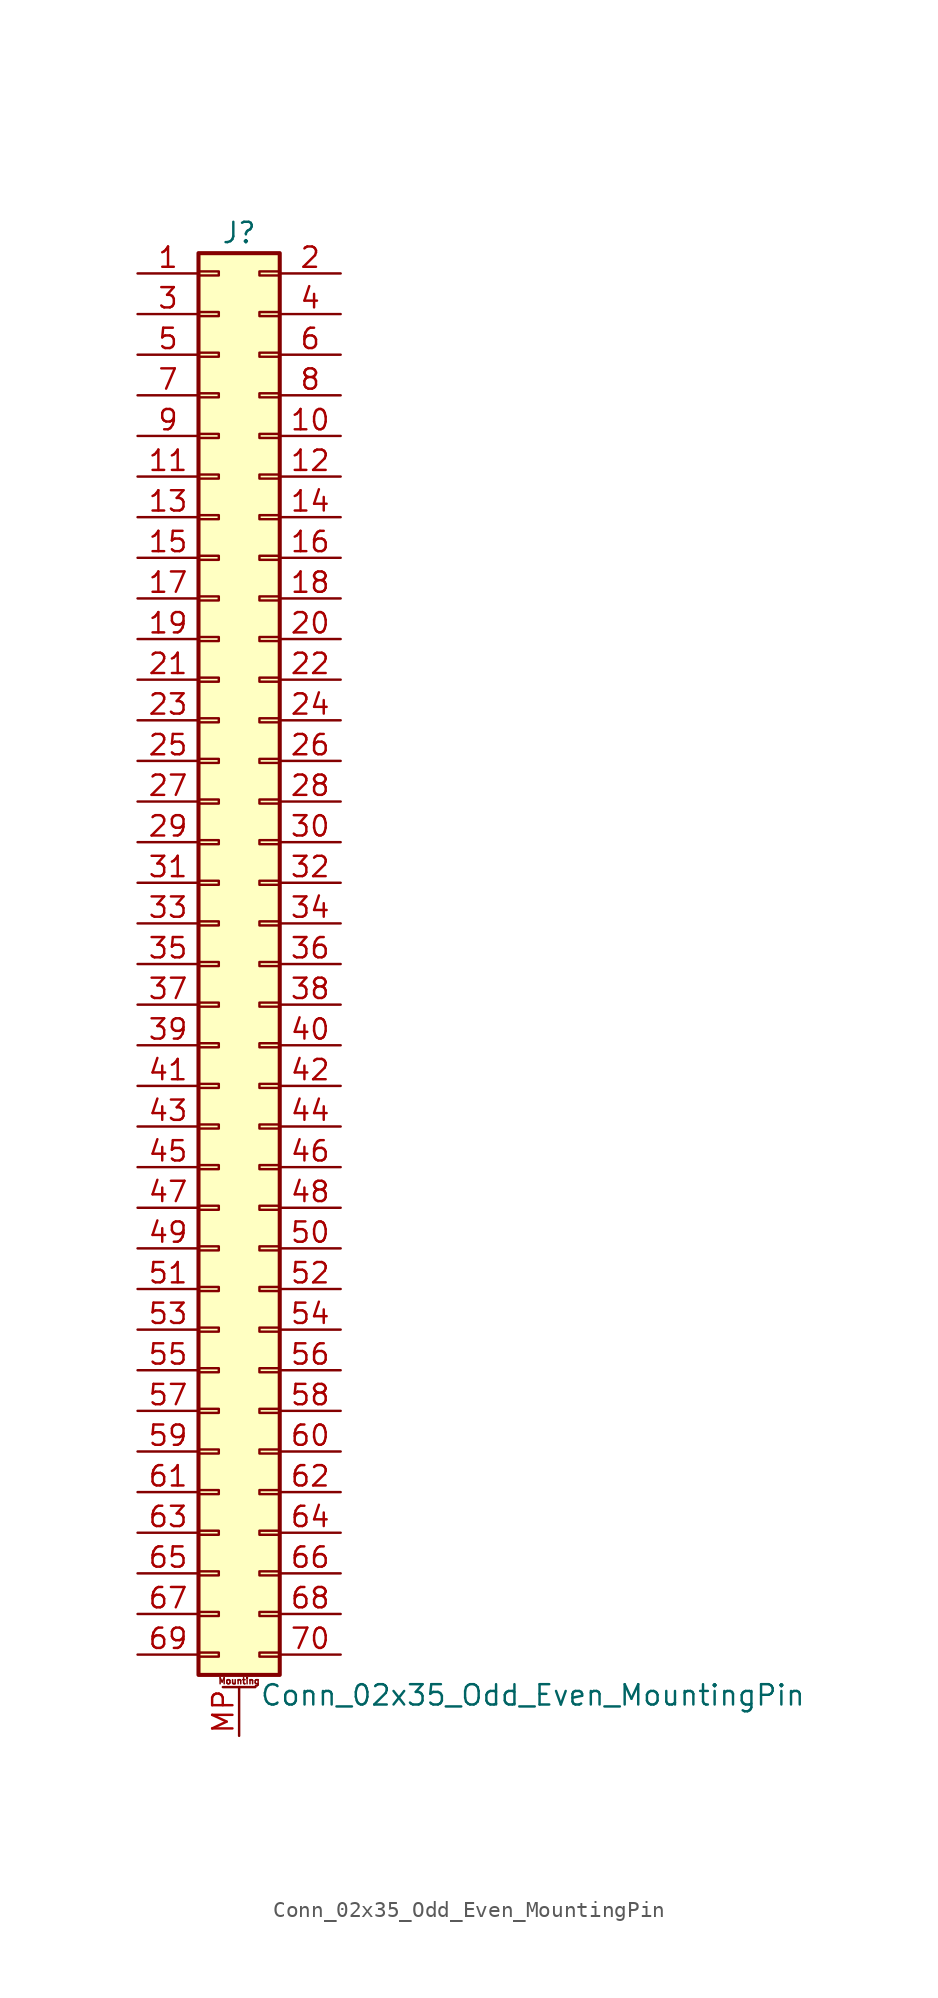
<source format=kicad_sym>
(kicad_symbol_lib
  (version 20220914)
  (generator kicad_symbol_editor)
  (symbol "Conn_02x35_Odd_Even_MountingPin"
    (pin_names
      (offset 1.016) hide)
    (property "Reference" "J"
      (at 1.27 45.72 0)
      (effects (font (size 1.27 1.27))))
    (property "Value" "Conn_02x35_Odd_Even_MountingPin"
      (at 2.54 -45.72 0)
      (effects (font (size 1.27 1.27)) (justify left)))
    (symbol "Conn_02x35_Odd_Even_MountingPin_1_1"
      (rectangle (start -1.27 -43.053) (end 0 -43.307) (stroke (width 0.152) (type default)) (fill (type none)))
      (rectangle (start -1.27 -40.513) (end 0 -40.767) (stroke (width 0.152) (type default)) (fill (type none)))
      (rectangle (start -1.27 -37.973) (end 0 -38.227) (stroke (width 0.152) (type default)) (fill (type none)))
      (rectangle (start -1.27 -35.433) (end 0 -35.687) (stroke (width 0.152) (type default)) (fill (type none)))
      (rectangle (start -1.27 -32.893) (end 0 -33.147) (stroke (width 0.152) (type default)) (fill (type none)))
      (rectangle (start -1.27 -30.353) (end 0 -30.607) (stroke (width 0.152) (type default)) (fill (type none)))
      (rectangle (start -1.27 -27.813) (end 0 -28.067) (stroke (width 0.152) (type default)) (fill (type none)))
      (rectangle (start -1.27 -25.273) (end 0 -25.527) (stroke (width 0.152) (type default)) (fill (type none)))
      (rectangle (start -1.27 -22.733) (end 0 -22.987) (stroke (width 0.152) (type default)) (fill (type none)))
      (rectangle (start -1.27 -20.193) (end 0 -20.447) (stroke (width 0.152) (type default)) (fill (type none)))
      (rectangle (start -1.27 -17.653) (end 0 -17.907) (stroke (width 0.152) (type default)) (fill (type none)))
      (rectangle (start -1.27 -15.113) (end 0 -15.367) (stroke (width 0.152) (type default)) (fill (type none)))
      (rectangle (start -1.27 -12.573) (end 0 -12.827) (stroke (width 0.152) (type default)) (fill (type none)))
      (rectangle (start -1.27 -10.033) (end 0 -10.287) (stroke (width 0.152) (type default)) (fill (type none)))
      (rectangle (start -1.27 -7.493) (end 0 -7.747) (stroke (width 0.152) (type default)) (fill (type none)))
      (rectangle (start -1.27 -4.953) (end 0 -5.207) (stroke (width 0.152) (type default)) (fill (type none)))
      (rectangle (start -1.27 -2.413) (end 0 -2.667) (stroke (width 0.152) (type default)) (fill (type none)))
      (rectangle (start -1.27 0.127) (end 0 -0.127) (stroke (width 0.152) (type default)) (fill (type none)))
      (rectangle (start -1.27 2.667) (end 0 2.413) (stroke (width 0.152) (type default)) (fill (type none)))
      (rectangle (start -1.27 5.207) (end 0 4.953) (stroke (width 0.152) (type default)) (fill (type none)))
      (rectangle (start -1.27 7.747) (end 0 7.493) (stroke (width 0.152) (type default)) (fill (type none)))
      (rectangle (start -1.27 10.287) (end 0 10.033) (stroke (width 0.152) (type default)) (fill (type none)))
      (rectangle (start -1.27 12.827) (end 0 12.573) (stroke (width 0.152) (type default)) (fill (type none)))
      (rectangle (start -1.27 15.367) (end 0 15.113) (stroke (width 0.152) (type default)) (fill (type none)))
      (rectangle (start -1.27 17.907) (end 0 17.653) (stroke (width 0.152) (type default)) (fill (type none)))
      (rectangle (start -1.27 20.447) (end 0 20.193) (stroke (width 0.152) (type default)) (fill (type none)))
      (rectangle (start -1.27 22.987) (end 0 22.733) (stroke (width 0.152) (type default)) (fill (type none)))
      (rectangle (start -1.27 25.527) (end 0 25.273) (stroke (width 0.152) (type default)) (fill (type none)))
      (rectangle (start -1.27 28.067) (end 0 27.813) (stroke (width 0.152) (type default)) (fill (type none)))
      (rectangle (start -1.27 30.607) (end 0 30.353) (stroke (width 0.152) (type default)) (fill (type none)))
      (rectangle (start -1.27 33.147) (end 0 32.893) (stroke (width 0.152) (type default)) (fill (type none)))
      (rectangle (start -1.27 35.687) (end 0 35.433) (stroke (width 0.152) (type default)) (fill (type none)))
      (rectangle (start -1.27 38.227) (end 0 37.973) (stroke (width 0.152) (type default)) (fill (type none)))
      (rectangle (start -1.27 40.767) (end 0 40.513) (stroke (width 0.152) (type default)) (fill (type none)))
      (rectangle (start -1.27 43.307) (end 0 43.053) (stroke (width 0.152) (type default)) (fill (type none)))
      (rectangle (start -1.27 44.45) (end 3.81 -44.45) (stroke (width 0.254) (type default)) (fill (type background)))
      (polyline (pts (xy 0.254 -45.212) (xy 2.286 -45.212)) (stroke (width 0.152) (type default)) (fill (type none)))
      (rectangle (start 3.81 -43.053) (end 2.54 -43.307) (stroke (width 0.152) (type default)) (fill (type none)))
      (rectangle (start 3.81 -40.513) (end 2.54 -40.767) (stroke (width 0.152) (type default)) (fill (type none)))
      (rectangle (start 3.81 -37.973) (end 2.54 -38.227) (stroke (width 0.152) (type default)) (fill (type none)))
      (rectangle (start 3.81 -35.433) (end 2.54 -35.687) (stroke (width 0.152) (type default)) (fill (type none)))
      (rectangle (start 3.81 -32.893) (end 2.54 -33.147) (stroke (width 0.152) (type default)) (fill (type none)))
      (rectangle (start 3.81 -30.353) (end 2.54 -30.607) (stroke (width 0.152) (type default)) (fill (type none)))
      (rectangle (start 3.81 -27.813) (end 2.54 -28.067) (stroke (width 0.152) (type default)) (fill (type none)))
      (rectangle (start 3.81 -25.273) (end 2.54 -25.527) (stroke (width 0.152) (type default)) (fill (type none)))
      (rectangle (start 3.81 -22.733) (end 2.54 -22.987) (stroke (width 0.152) (type default)) (fill (type none)))
      (rectangle (start 3.81 -20.193) (end 2.54 -20.447) (stroke (width 0.152) (type default)) (fill (type none)))
      (rectangle (start 3.81 -17.653) (end 2.54 -17.907) (stroke (width 0.152) (type default)) (fill (type none)))
      (rectangle (start 3.81 -15.113) (end 2.54 -15.367) (stroke (width 0.152) (type default)) (fill (type none)))
      (rectangle (start 3.81 -12.573) (end 2.54 -12.827) (stroke (width 0.152) (type default)) (fill (type none)))
      (rectangle (start 3.81 -10.033) (end 2.54 -10.287) (stroke (width 0.152) (type default)) (fill (type none)))
      (rectangle (start 3.81 -7.493) (end 2.54 -7.747) (stroke (width 0.152) (type default)) (fill (type none)))
      (rectangle (start 3.81 -4.953) (end 2.54 -5.207) (stroke (width 0.152) (type default)) (fill (type none)))
      (rectangle (start 3.81 -2.413) (end 2.54 -2.667) (stroke (width 0.152) (type default)) (fill (type none)))
      (rectangle (start 3.81 0.127) (end 2.54 -0.127) (stroke (width 0.152) (type default)) (fill (type none)))
      (rectangle (start 3.81 2.667) (end 2.54 2.413) (stroke (width 0.152) (type default)) (fill (type none)))
      (rectangle (start 3.81 5.207) (end 2.54 4.953) (stroke (width 0.152) (type default)) (fill (type none)))
      (rectangle (start 3.81 7.747) (end 2.54 7.493) (stroke (width 0.152) (type default)) (fill (type none)))
      (rectangle (start 3.81 10.287) (end 2.54 10.033) (stroke (width 0.152) (type default)) (fill (type none)))
      (rectangle (start 3.81 12.827) (end 2.54 12.573) (stroke (width 0.152) (type default)) (fill (type none)))
      (rectangle (start 3.81 15.367) (end 2.54 15.113) (stroke (width 0.152) (type default)) (fill (type none)))
      (rectangle (start 3.81 17.907) (end 2.54 17.653) (stroke (width 0.152) (type default)) (fill (type none)))
      (rectangle (start 3.81 20.447) (end 2.54 20.193) (stroke (width 0.152) (type default)) (fill (type none)))
      (rectangle (start 3.81 22.987) (end 2.54 22.733) (stroke (width 0.152) (type default)) (fill (type none)))
      (rectangle (start 3.81 25.527) (end 2.54 25.273) (stroke (width 0.152) (type default)) (fill (type none)))
      (rectangle (start 3.81 28.067) (end 2.54 27.813) (stroke (width 0.152) (type default)) (fill (type none)))
      (rectangle (start 3.81 30.607) (end 2.54 30.353) (stroke (width 0.152) (type default)) (fill (type none)))
      (rectangle (start 3.81 33.147) (end 2.54 32.893) (stroke (width 0.152) (type default)) (fill (type none)))
      (rectangle (start 3.81 35.687) (end 2.54 35.433) (stroke (width 0.152) (type default)) (fill (type none)))
      (rectangle (start 3.81 38.227) (end 2.54 37.973) (stroke (width 0.152) (type default)) (fill (type none)))
      (rectangle (start 3.81 40.767) (end 2.54 40.513) (stroke (width 0.152) (type default)) (fill (type none)))
      (rectangle (start 3.81 43.307) (end 2.54 43.053) (stroke (width 0.152) (type default)) (fill (type none)))
      (text "Mounting" (at 1.27 -44.831 0) (effects (font (size 0.381 0.381))))
      (pin passive line (at -5.08 43.18 0) (length 3.81) (name "Pin_1" (effects (font (size 1.27 1.27)))) (number "1" (effects (font (size 1.27 1.27)))))
      (pin passive line (at 7.62 33.02 180) (length 3.81) (name "Pin_10" (effects (font (size 1.27 1.27)))) (number "10" (effects (font (size 1.27 1.27)))))
      (pin passive line (at -5.08 30.48 0) (length 3.81) (name "Pin_11" (effects (font (size 1.27 1.27)))) (number "11" (effects (font (size 1.27 1.27)))))
      (pin passive line (at 7.62 30.48 180) (length 3.81) (name "Pin_12" (effects (font (size 1.27 1.27)))) (number "12" (effects (font (size 1.27 1.27)))))
      (pin passive line (at -5.08 27.94 0) (length 3.81) (name "Pin_13" (effects (font (size 1.27 1.27)))) (number "13" (effects (font (size 1.27 1.27)))))
      (pin passive line (at 7.62 27.94 180) (length 3.81) (name "Pin_14" (effects (font (size 1.27 1.27)))) (number "14" (effects (font (size 1.27 1.27)))))
      (pin passive line (at -5.08 25.4 0) (length 3.81) (name "Pin_15" (effects (font (size 1.27 1.27)))) (number "15" (effects (font (size 1.27 1.27)))))
      (pin passive line (at 7.62 25.4 180) (length 3.81) (name "Pin_16" (effects (font (size 1.27 1.27)))) (number "16" (effects (font (size 1.27 1.27)))))
      (pin passive line (at -5.08 22.86 0) (length 3.81) (name "Pin_17" (effects (font (size 1.27 1.27)))) (number "17" (effects (font (size 1.27 1.27)))))
      (pin passive line (at 7.62 22.86 180) (length 3.81) (name "Pin_18" (effects (font (size 1.27 1.27)))) (number "18" (effects (font (size 1.27 1.27)))))
      (pin passive line (at -5.08 20.32 0) (length 3.81) (name "Pin_19" (effects (font (size 1.27 1.27)))) (number "19" (effects (font (size 1.27 1.27)))))
      (pin passive line (at 7.62 43.18 180) (length 3.81) (name "Pin_2" (effects (font (size 1.27 1.27)))) (number "2" (effects (font (size 1.27 1.27)))))
      (pin passive line (at 7.62 20.32 180) (length 3.81) (name "Pin_20" (effects (font (size 1.27 1.27)))) (number "20" (effects (font (size 1.27 1.27)))))
      (pin passive line (at -5.08 17.78 0) (length 3.81) (name "Pin_21" (effects (font (size 1.27 1.27)))) (number "21" (effects (font (size 1.27 1.27)))))
      (pin passive line (at 7.62 17.78 180) (length 3.81) (name "Pin_22" (effects (font (size 1.27 1.27)))) (number "22" (effects (font (size 1.27 1.27)))))
      (pin passive line (at -5.08 15.24 0) (length 3.81) (name "Pin_23" (effects (font (size 1.27 1.27)))) (number "23" (effects (font (size 1.27 1.27)))))
      (pin passive line (at 7.62 15.24 180) (length 3.81) (name "Pin_24" (effects (font (size 1.27 1.27)))) (number "24" (effects (font (size 1.27 1.27)))))
      (pin passive line (at -5.08 12.7 0) (length 3.81) (name "Pin_25" (effects (font (size 1.27 1.27)))) (number "25" (effects (font (size 1.27 1.27)))))
      (pin passive line (at 7.62 12.7 180) (length 3.81) (name "Pin_26" (effects (font (size 1.27 1.27)))) (number "26" (effects (font (size 1.27 1.27)))))
      (pin passive line (at -5.08 10.16 0) (length 3.81) (name "Pin_27" (effects (font (size 1.27 1.27)))) (number "27" (effects (font (size 1.27 1.27)))))
      (pin passive line (at 7.62 10.16 180) (length 3.81) (name "Pin_28" (effects (font (size 1.27 1.27)))) (number "28" (effects (font (size 1.27 1.27)))))
      (pin passive line (at -5.08 7.62 0) (length 3.81) (name "Pin_29" (effects (font (size 1.27 1.27)))) (number "29" (effects (font (size 1.27 1.27)))))
      (pin passive line (at -5.08 40.64 0) (length 3.81) (name "Pin_3" (effects (font (size 1.27 1.27)))) (number "3" (effects (font (size 1.27 1.27)))))
      (pin passive line (at 7.62 7.62 180) (length 3.81) (name "Pin_30" (effects (font (size 1.27 1.27)))) (number "30" (effects (font (size 1.27 1.27)))))
      (pin passive line (at -5.08 5.08 0) (length 3.81) (name "Pin_31" (effects (font (size 1.27 1.27)))) (number "31" (effects (font (size 1.27 1.27)))))
      (pin passive line (at 7.62 5.08 180) (length 3.81) (name "Pin_32" (effects (font (size 1.27 1.27)))) (number "32" (effects (font (size 1.27 1.27)))))
      (pin passive line (at -5.08 2.54 0) (length 3.81) (name "Pin_33" (effects (font (size 1.27 1.27)))) (number "33" (effects (font (size 1.27 1.27)))))
      (pin passive line (at 7.62 2.54 180) (length 3.81) (name "Pin_34" (effects (font (size 1.27 1.27)))) (number "34" (effects (font (size 1.27 1.27)))))
      (pin passive line (at -5.08 0 0) (length 3.81) (name "Pin_35" (effects (font (size 1.27 1.27)))) (number "35" (effects (font (size 1.27 1.27)))))
      (pin passive line (at 7.62 0 180) (length 3.81) (name "Pin_36" (effects (font (size 1.27 1.27)))) (number "36" (effects (font (size 1.27 1.27)))))
      (pin passive line (at -5.08 -2.54 0) (length 3.81) (name "Pin_37" (effects (font (size 1.27 1.27)))) (number "37" (effects (font (size 1.27 1.27)))))
      (pin passive line (at 7.62 -2.54 180) (length 3.81) (name "Pin_38" (effects (font (size 1.27 1.27)))) (number "38" (effects (font (size 1.27 1.27)))))
      (pin passive line (at -5.08 -5.08 0) (length 3.81) (name "Pin_39" (effects (font (size 1.27 1.27)))) (number "39" (effects (font (size 1.27 1.27)))))
      (pin passive line (at 7.62 40.64 180) (length 3.81) (name "Pin_4" (effects (font (size 1.27 1.27)))) (number "4" (effects (font (size 1.27 1.27)))))
      (pin passive line (at 7.62 -5.08 180) (length 3.81) (name "Pin_40" (effects (font (size 1.27 1.27)))) (number "40" (effects (font (size 1.27 1.27)))))
      (pin passive line (at -5.08 -7.62 0) (length 3.81) (name "Pin_41" (effects (font (size 1.27 1.27)))) (number "41" (effects (font (size 1.27 1.27)))))
      (pin passive line (at 7.62 -7.62 180) (length 3.81) (name "Pin_42" (effects (font (size 1.27 1.27)))) (number "42" (effects (font (size 1.27 1.27)))))
      (pin passive line (at -5.08 -10.16 0) (length 3.81) (name "Pin_43" (effects (font (size 1.27 1.27)))) (number "43" (effects (font (size 1.27 1.27)))))
      (pin passive line (at 7.62 -10.16 180) (length 3.81) (name "Pin_44" (effects (font (size 1.27 1.27)))) (number "44" (effects (font (size 1.27 1.27)))))
      (pin passive line (at -5.08 -12.7 0) (length 3.81) (name "Pin_45" (effects (font (size 1.27 1.27)))) (number "45" (effects (font (size 1.27 1.27)))))
      (pin passive line (at 7.62 -12.7 180) (length 3.81) (name "Pin_46" (effects (font (size 1.27 1.27)))) (number "46" (effects (font (size 1.27 1.27)))))
      (pin passive line (at -5.08 -15.24 0) (length 3.81) (name "Pin_47" (effects (font (size 1.27 1.27)))) (number "47" (effects (font (size 1.27 1.27)))))
      (pin passive line (at 7.62 -15.24 180) (length 3.81) (name "Pin_48" (effects (font (size 1.27 1.27)))) (number "48" (effects (font (size 1.27 1.27)))))
      (pin passive line (at -5.08 -17.78 0) (length 3.81) (name "Pin_49" (effects (font (size 1.27 1.27)))) (number "49" (effects (font (size 1.27 1.27)))))
      (pin passive line (at -5.08 38.1 0) (length 3.81) (name "Pin_5" (effects (font (size 1.27 1.27)))) (number "5" (effects (font (size 1.27 1.27)))))
      (pin passive line (at 7.62 -17.78 180) (length 3.81) (name "Pin_50" (effects (font (size 1.27 1.27)))) (number "50" (effects (font (size 1.27 1.27)))))
      (pin passive line (at -5.08 -20.32 0) (length 3.81) (name "Pin_51" (effects (font (size 1.27 1.27)))) (number "51" (effects (font (size 1.27 1.27)))))
      (pin passive line (at 7.62 -20.32 180) (length 3.81) (name "Pin_52" (effects (font (size 1.27 1.27)))) (number "52" (effects (font (size 1.27 1.27)))))
      (pin passive line (at -5.08 -22.86 0) (length 3.81) (name "Pin_53" (effects (font (size 1.27 1.27)))) (number "53" (effects (font (size 1.27 1.27)))))
      (pin passive line (at 7.62 -22.86 180) (length 3.81) (name "Pin_54" (effects (font (size 1.27 1.27)))) (number "54" (effects (font (size 1.27 1.27)))))
      (pin passive line (at -5.08 -25.4 0) (length 3.81) (name "Pin_55" (effects (font (size 1.27 1.27)))) (number "55" (effects (font (size 1.27 1.27)))))
      (pin passive line (at 7.62 -25.4 180) (length 3.81) (name "Pin_56" (effects (font (size 1.27 1.27)))) (number "56" (effects (font (size 1.27 1.27)))))
      (pin passive line (at -5.08 -27.94 0) (length 3.81) (name "Pin_57" (effects (font (size 1.27 1.27)))) (number "57" (effects (font (size 1.27 1.27)))))
      (pin passive line (at 7.62 -27.94 180) (length 3.81) (name "Pin_58" (effects (font (size 1.27 1.27)))) (number "58" (effects (font (size 1.27 1.27)))))
      (pin passive line (at -5.08 -30.48 0) (length 3.81) (name "Pin_59" (effects (font (size 1.27 1.27)))) (number "59" (effects (font (size 1.27 1.27)))))
      (pin passive line (at 7.62 38.1 180) (length 3.81) (name "Pin_6" (effects (font (size 1.27 1.27)))) (number "6" (effects (font (size 1.27 1.27)))))
      (pin passive line (at 7.62 -30.48 180) (length 3.81) (name "Pin_60" (effects (font (size 1.27 1.27)))) (number "60" (effects (font (size 1.27 1.27)))))
      (pin passive line (at -5.08 -33.02 0) (length 3.81) (name "Pin_61" (effects (font (size 1.27 1.27)))) (number "61" (effects (font (size 1.27 1.27)))))
      (pin passive line (at 7.62 -33.02 180) (length 3.81) (name "Pin_62" (effects (font (size 1.27 1.27)))) (number "62" (effects (font (size 1.27 1.27)))))
      (pin passive line (at -5.08 -35.56 0) (length 3.81) (name "Pin_63" (effects (font (size 1.27 1.27)))) (number "63" (effects (font (size 1.27 1.27)))))
      (pin passive line (at 7.62 -35.56 180) (length 3.81) (name "Pin_64" (effects (font (size 1.27 1.27)))) (number "64" (effects (font (size 1.27 1.27)))))
      (pin passive line (at -5.08 -38.1 0) (length 3.81) (name "Pin_65" (effects (font (size 1.27 1.27)))) (number "65" (effects (font (size 1.27 1.27)))))
      (pin passive line (at 7.62 -38.1 180) (length 3.81) (name "Pin_66" (effects (font (size 1.27 1.27)))) (number "66" (effects (font (size 1.27 1.27)))))
      (pin passive line (at -5.08 -40.64 0) (length 3.81) (name "Pin_67" (effects (font (size 1.27 1.27)))) (number "67" (effects (font (size 1.27 1.27)))))
      (pin passive line (at 7.62 -40.64 180) (length 3.81) (name "Pin_68" (effects (font (size 1.27 1.27)))) (number "68" (effects (font (size 1.27 1.27)))))
      (pin passive line (at -5.08 -43.18 0) (length 3.81) (name "Pin_69" (effects (font (size 1.27 1.27)))) (number "69" (effects (font (size 1.27 1.27)))))
      (pin passive line (at -5.08 35.56 0) (length 3.81) (name "Pin_7" (effects (font (size 1.27 1.27)))) (number "7" (effects (font (size 1.27 1.27)))))
      (pin passive line (at 7.62 -43.18 180) (length 3.81) (name "Pin_70" (effects (font (size 1.27 1.27)))) (number "70" (effects (font (size 1.27 1.27)))))
      (pin passive line (at 7.62 35.56 180) (length 3.81) (name "Pin_8" (effects (font (size 1.27 1.27)))) (number "8" (effects (font (size 1.27 1.27)))))
      (pin passive line (at -5.08 33.02 0) (length 3.81) (name "Pin_9" (effects (font (size 1.27 1.27)))) (number "9" (effects (font (size 1.27 1.27)))))
      (pin passive line (at 1.27 -48.26 90) (length 3.048) (name "MountPin" (effects (font (size 1.27 1.27)))) (number "MP" (effects (font (size 1.27 1.27))))))))
</source>
